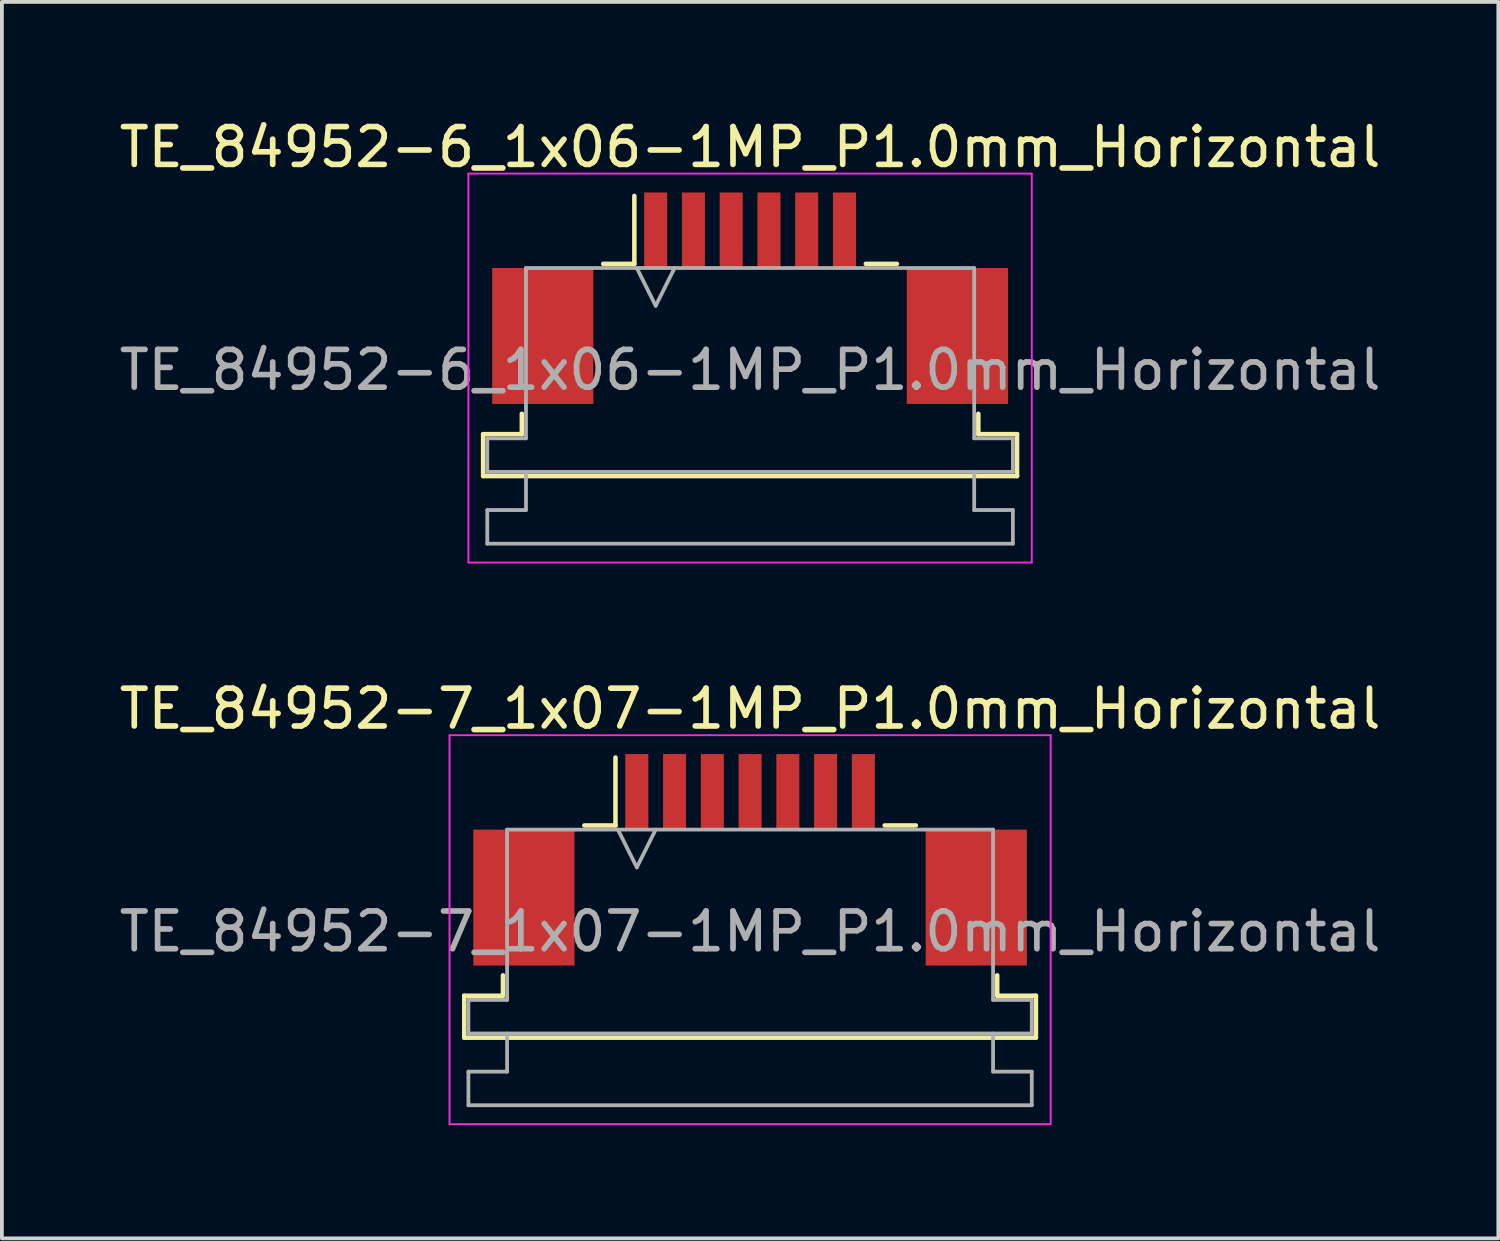
<source format=kicad_pcb>
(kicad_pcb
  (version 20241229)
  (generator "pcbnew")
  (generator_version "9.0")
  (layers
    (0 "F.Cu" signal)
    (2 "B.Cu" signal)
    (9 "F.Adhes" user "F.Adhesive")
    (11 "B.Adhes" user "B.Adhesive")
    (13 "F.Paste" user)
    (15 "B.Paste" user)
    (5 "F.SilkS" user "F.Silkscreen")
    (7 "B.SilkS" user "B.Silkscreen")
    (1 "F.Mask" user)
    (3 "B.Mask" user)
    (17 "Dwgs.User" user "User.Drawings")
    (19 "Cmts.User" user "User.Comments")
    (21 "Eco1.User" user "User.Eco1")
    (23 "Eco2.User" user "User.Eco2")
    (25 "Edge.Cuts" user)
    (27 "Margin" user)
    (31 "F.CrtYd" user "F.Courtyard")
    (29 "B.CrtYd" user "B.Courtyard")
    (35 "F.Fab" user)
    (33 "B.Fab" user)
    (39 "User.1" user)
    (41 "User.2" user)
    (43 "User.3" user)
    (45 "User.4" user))
  (footprint "TE_84952-7_1x07-1MP_P1.0mm_Horizontal"
    (layer "F.Cu")
    (at 16.815 19.721)
    (property "Reference" "TE_84952-7_1x07-1MP_P1.0mm_Horizontal" (at 0 -4 0) (layer "F.SilkS") (effects (font (size 1 1) (thickness 0.15))))
    (attr smd)
    (fp_line (start -7.57 3.6) (end -6.545 3.6) (stroke (width 0.12) (type solid)) (layer "F.SilkS"))
    (fp_line (start -7.57 4.71) (end -7.57 3.6) (stroke (width 0.12) (type solid)) (layer "F.SilkS"))
    (fp_line (start -6.545 3.6) (end -6.545 3.06) (stroke (width 0.12) (type solid)) (layer "F.SilkS"))
    (fp_line (start -4.39 -0.91) (end -3.565 -0.91) (stroke (width 0.12) (type solid)) (layer "F.SilkS"))
    (fp_line (start -3.565 -0.91) (end -3.565 -2.71) (stroke (width 0.12) (type solid)) (layer "F.SilkS"))
    (fp_line (start 3.565 -0.91) (end 4.39 -0.91) (stroke (width 0.12) (type solid)) (layer "F.SilkS"))
    (fp_line (start 6.545 3.06) (end 6.545 3.6) (stroke (width 0.12) (type solid)) (layer "F.SilkS"))
    (fp_line (start 6.545 3.6) (end 7.57 3.6) (stroke (width 0.12) (type solid)) (layer "F.SilkS"))
    (fp_line (start 7.57 3.6) (end 7.57 4.71) (stroke (width 0.12) (type solid)) (layer "F.SilkS"))
    (fp_line (start 7.57 4.71) (end -7.57 4.71) (stroke (width 0.12) (type solid)) (layer "F.SilkS"))
    (fp_line (start -7.96 -3.3) (end -7.96 7) (stroke (width 0.05) (type solid)) (layer "F.CrtYd"))
    (fp_line (start -7.96 7) (end 7.96 7) (stroke (width 0.05) (type solid)) (layer "F.CrtYd"))
    (fp_line (start 7.96 -3.3) (end -7.96 -3.3) (stroke (width 0.05) (type solid)) (layer "F.CrtYd"))
    (fp_line (start 7.96 7) (end 7.96 -3.3) (stroke (width 0.05) (type solid)) (layer "F.CrtYd"))
    (fp_line (start -7.46 3.71) (end -6.435 3.71) (stroke (width 0.1) (type solid)) (layer "F.Fab"))
    (fp_line (start -7.46 4.6) (end -7.46 3.71) (stroke (width 0.1) (type solid)) (layer "F.Fab"))
    (fp_line (start -7.46 5.61) (end -6.435 5.61) (stroke (width 0.1) (type solid)) (layer "F.Fab"))
    (fp_line (start -7.46 6.5) (end -7.46 5.61) (stroke (width 0.1) (type solid)) (layer "F.Fab"))
    (fp_line (start -6.435 -0.8) (end 6.435 -0.8) (stroke (width 0.1) (type solid)) (layer "F.Fab"))
    (fp_line (start -6.435 3.71) (end -6.435 -0.8) (stroke (width 0.1) (type solid)) (layer "F.Fab"))
    (fp_line (start -6.435 5.61) (end -6.435 4.6) (stroke (width 0.1) (type solid)) (layer "F.Fab"))
    (fp_line (start -3.5 -0.8) (end -3 0.2) (stroke (width 0.1) (type solid)) (layer "F.Fab"))
    (fp_line (start -3 0.2) (end -2.5 -0.8) (stroke (width 0.1) (type solid)) (layer "F.Fab"))
    (fp_line (start 6.435 -0.8) (end 6.435 3.71) (stroke (width 0.1) (type solid)) (layer "F.Fab"))
    (fp_line (start 6.435 3.71) (end 7.46 3.71) (stroke (width 0.1) (type solid)) (layer "F.Fab"))
    (fp_line (start 6.435 4.6) (end 6.435 5.61) (stroke (width 0.1) (type solid)) (layer "F.Fab"))
    (fp_line (start 6.435 5.61) (end 7.46 5.61) (stroke (width 0.1) (type solid)) (layer "F.Fab"))
    (fp_line (start 7.46 3.71) (end 7.46 4.6) (stroke (width 0.1) (type solid)) (layer "F.Fab"))
    (fp_line (start 7.46 4.6) (end -7.46 4.6) (stroke (width 0.1) (type solid)) (layer "F.Fab"))
    (fp_line (start 7.46 5.61) (end 7.46 6.5) (stroke (width 0.1) (type solid)) (layer "F.Fab"))
    (fp_line (start 7.46 6.5) (end -7.46 6.5) (stroke (width 0.1) (type solid)) (layer "F.Fab"))
    (fp_text user "${REFERENCE}" (at 0 1.9 0) (layer "F.Fab") (effects (font (size 1 1) (thickness 0.15))))
    (pad "1" smd rect (at -3 -1.8) (size 0.61 2) (layers "F.Cu" "F.Mask" "F.Paste"))
    (pad "2" smd rect (at -2 -1.8) (size 0.61 2) (layers "F.Cu" "F.Mask" "F.Paste"))
    (pad "3" smd rect (at -1 -1.8) (size 0.61 2) (layers "F.Cu" "F.Mask" "F.Paste"))
    (pad "4" smd rect (at 0 -1.8) (size 0.61 2) (layers "F.Cu" "F.Mask" "F.Paste"))
    (pad "5" smd rect (at 1 -1.8) (size 0.61 2) (layers "F.Cu" "F.Mask" "F.Paste"))
    (pad "6" smd rect (at 2 -1.8) (size 0.61 2) (layers "F.Cu" "F.Mask" "F.Paste"))
    (pad "7" smd rect (at 3 -1.8) (size 0.61 2) (layers "F.Cu" "F.Mask" "F.Paste"))
    (pad "MP" smd rect (at -5.99 1) (size 2.68 3.6) (layers "F.Cu" "F.Mask" "F.Paste"))
    (pad "MP" smd rect (at 5.99 1) (size 2.68 3.6) (layers "F.Cu" "F.Mask" "F.Paste")))
  (footprint "TE_84952-6_1x06-1MP_P1.0mm_Horizontal"
    (layer "F.Cu")
    (at 16.815 4.848)
    (property "Reference" "TE_84952-6_1x06-1MP_P1.0mm_Horizontal" (at 0 -4 0) (layer "F.SilkS") (effects (font (size 1 1) (thickness 0.15))))
    (attr smd)
    (fp_line (start -7.07 3.6) (end -6.045 3.6) (stroke (width 0.12) (type solid)) (layer "F.SilkS"))
    (fp_line (start -7.07 4.71) (end -7.07 3.6) (stroke (width 0.12) (type solid)) (layer "F.SilkS"))
    (fp_line (start -6.045 3.6) (end -6.045 3.06) (stroke (width 0.12) (type solid)) (layer "F.SilkS"))
    (fp_line (start -3.89 -0.91) (end -3.065 -0.91) (stroke (width 0.12) (type solid)) (layer "F.SilkS"))
    (fp_line (start -3.065 -0.91) (end -3.065 -2.71) (stroke (width 0.12) (type solid)) (layer "F.SilkS"))
    (fp_line (start 3.065 -0.91) (end 3.89 -0.91) (stroke (width 0.12) (type solid)) (layer "F.SilkS"))
    (fp_line (start 6.045 3.06) (end 6.045 3.6) (stroke (width 0.12) (type solid)) (layer "F.SilkS"))
    (fp_line (start 6.045 3.6) (end 7.07 3.6) (stroke (width 0.12) (type solid)) (layer "F.SilkS"))
    (fp_line (start 7.07 3.6) (end 7.07 4.71) (stroke (width 0.12) (type solid)) (layer "F.SilkS"))
    (fp_line (start 7.07 4.71) (end -7.07 4.71) (stroke (width 0.12) (type solid)) (layer "F.SilkS"))
    (fp_line (start -7.46 -3.3) (end -7.46 7) (stroke (width 0.05) (type solid)) (layer "F.CrtYd"))
    (fp_line (start -7.46 7) (end 7.46 7) (stroke (width 0.05) (type solid)) (layer "F.CrtYd"))
    (fp_line (start 7.46 -3.3) (end -7.46 -3.3) (stroke (width 0.05) (type solid)) (layer "F.CrtYd"))
    (fp_line (start 7.46 7) (end 7.46 -3.3) (stroke (width 0.05) (type solid)) (layer "F.CrtYd"))
    (fp_line (start -6.96 3.71) (end -5.935 3.71) (stroke (width 0.1) (type solid)) (layer "F.Fab"))
    (fp_line (start -6.96 4.6) (end -6.96 3.71) (stroke (width 0.1) (type solid)) (layer "F.Fab"))
    (fp_line (start -6.96 5.61) (end -5.935 5.61) (stroke (width 0.1) (type solid)) (layer "F.Fab"))
    (fp_line (start -6.96 6.5) (end -6.96 5.61) (stroke (width 0.1) (type solid)) (layer "F.Fab"))
    (fp_line (start -5.935 -0.8) (end 5.935 -0.8) (stroke (width 0.1) (type solid)) (layer "F.Fab"))
    (fp_line (start -5.935 3.71) (end -5.935 -0.8) (stroke (width 0.1) (type solid)) (layer "F.Fab"))
    (fp_line (start -5.935 5.61) (end -5.935 4.6) (stroke (width 0.1) (type solid)) (layer "F.Fab"))
    (fp_line (start -3 -0.8) (end -2.5 0.2) (stroke (width 0.1) (type solid)) (layer "F.Fab"))
    (fp_line (start -2.5 0.2) (end -2 -0.8) (stroke (width 0.1) (type solid)) (layer "F.Fab"))
    (fp_line (start 5.935 -0.8) (end 5.935 3.71) (stroke (width 0.1) (type solid)) (layer "F.Fab"))
    (fp_line (start 5.935 3.71) (end 6.96 3.71) (stroke (width 0.1) (type solid)) (layer "F.Fab"))
    (fp_line (start 5.935 4.6) (end 5.935 5.61) (stroke (width 0.1) (type solid)) (layer "F.Fab"))
    (fp_line (start 5.935 5.61) (end 6.96 5.61) (stroke (width 0.1) (type solid)) (layer "F.Fab"))
    (fp_line (start 6.96 3.71) (end 6.96 4.6) (stroke (width 0.1) (type solid)) (layer "F.Fab"))
    (fp_line (start 6.96 4.6) (end -6.96 4.6) (stroke (width 0.1) (type solid)) (layer "F.Fab"))
    (fp_line (start 6.96 5.61) (end 6.96 6.5) (stroke (width 0.1) (type solid)) (layer "F.Fab"))
    (fp_line (start 6.96 6.5) (end -6.96 6.5) (stroke (width 0.1) (type solid)) (layer "F.Fab"))
    (fp_text user "${REFERENCE}" (at 0 1.9 0) (layer "F.Fab") (effects (font (size 1 1) (thickness 0.15))))
    (pad "1" smd rect (at -2.5 -1.8) (size 0.61 2) (layers "F.Cu" "F.Mask" "F.Paste"))
    (pad "2" smd rect (at -1.5 -1.8) (size 0.61 2) (layers "F.Cu" "F.Mask" "F.Paste"))
    (pad "3" smd rect (at -0.5 -1.8) (size 0.61 2) (layers "F.Cu" "F.Mask" "F.Paste"))
    (pad "4" smd rect (at 0.5 -1.8) (size 0.61 2) (layers "F.Cu" "F.Mask" "F.Paste"))
    (pad "5" smd rect (at 1.5 -1.8) (size 0.61 2) (layers "F.Cu" "F.Mask" "F.Paste"))
    (pad "6" smd rect (at 2.5 -1.8) (size 0.61 2) (layers "F.Cu" "F.Mask" "F.Paste"))
    (pad "MP" smd rect (at -5.49 1) (size 2.68 3.6) (layers "F.Cu" "F.Mask" "F.Paste"))
    (pad "MP" smd rect (at 5.49 1) (size 2.68 3.6) (layers "F.Cu" "F.Mask" "F.Paste")))
  (gr_rect
    (start -3 -3)
    (end 36.631 29.747)
    (stroke (width 0.1) (type default))
    (fill no)
    (layer "Edge.Cuts")))
</source>
